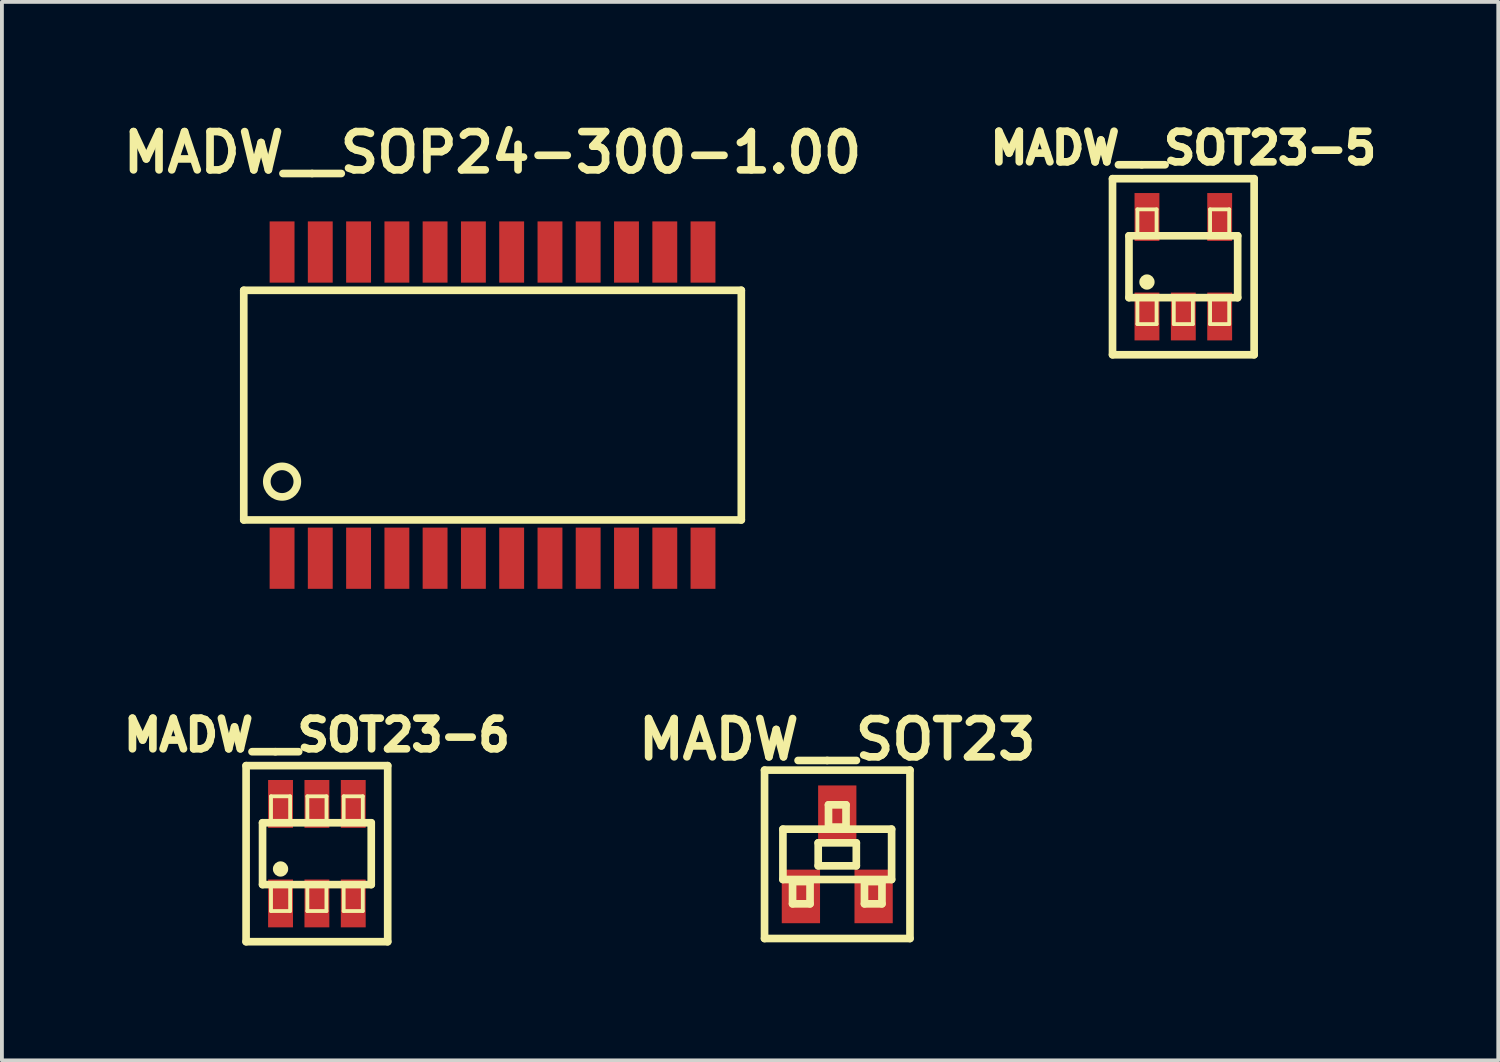
<source format=kicad_pcb>
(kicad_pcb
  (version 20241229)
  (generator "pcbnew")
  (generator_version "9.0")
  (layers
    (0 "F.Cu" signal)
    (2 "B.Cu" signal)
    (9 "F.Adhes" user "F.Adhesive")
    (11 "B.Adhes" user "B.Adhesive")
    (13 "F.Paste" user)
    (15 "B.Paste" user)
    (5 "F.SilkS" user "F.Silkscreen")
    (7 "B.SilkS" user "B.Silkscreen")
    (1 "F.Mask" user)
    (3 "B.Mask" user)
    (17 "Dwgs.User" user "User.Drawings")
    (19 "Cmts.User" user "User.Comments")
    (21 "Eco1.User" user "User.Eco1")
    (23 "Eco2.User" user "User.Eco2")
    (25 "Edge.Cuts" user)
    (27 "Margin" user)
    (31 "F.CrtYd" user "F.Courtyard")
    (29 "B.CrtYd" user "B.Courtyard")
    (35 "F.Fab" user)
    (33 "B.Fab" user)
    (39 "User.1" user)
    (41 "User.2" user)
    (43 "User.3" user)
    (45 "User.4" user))
  (footprint "MADW__SOT23"
    (layer "F.Cu")
    (at 18.826 19.272)
    (property "Reference" "MADW__SOT23" (at 0 -3 0) (layer "F.SilkS") (effects (font (size 1 1) (thickness 0.2))))
    (attr smd)
    (fp_line (start -1.9 -2.2) (end 1.9 -2.2) (stroke (width 0.2) (type solid)) (layer "F.SilkS"))
    (fp_line (start -1.9 2.2) (end -1.9 -2.2) (stroke (width 0.2) (type solid)) (layer "F.SilkS"))
    (fp_line (start -1.42 -0.658) (end 1.42 -0.658) (stroke (width 0.2) (type solid)) (layer "F.SilkS"))
    (fp_line (start -1.42 0.658) (end -1.42 -0.658) (stroke (width 0.2) (type solid)) (layer "F.SilkS"))
    (fp_line (start -1.168 0.711) (end -0.711 0.711) (stroke (width 0.2) (type solid)) (layer "F.SilkS"))
    (fp_line (start -1.168 1.293) (end -1.168 0.711) (stroke (width 0.2) (type solid)) (layer "F.SilkS"))
    (fp_line (start -1.168 1.293) (end -0.711 1.293) (stroke (width 0.2) (type solid)) (layer "F.SilkS"))
    (fp_line (start -0.711 1.293) (end -0.711 0.711) (stroke (width 0.2) (type solid)) (layer "F.SilkS"))
    (fp_line (start -0.498 -0.3) (end 0.498 -0.3) (stroke (width 0.2) (type solid)) (layer "F.SilkS"))
    (fp_line (start -0.498 0.3) (end -0.498 -0.3) (stroke (width 0.2) (type solid)) (layer "F.SilkS"))
    (fp_line (start -0.498 0.3) (end 0.498 0.3) (stroke (width 0.2) (type solid)) (layer "F.SilkS"))
    (fp_line (start -0.229 -1.293) (end 0.229 -1.293) (stroke (width 0.2) (type solid)) (layer "F.SilkS"))
    (fp_line (start -0.229 -0.711) (end -0.229 -1.293) (stroke (width 0.2) (type solid)) (layer "F.SilkS"))
    (fp_line (start -0.229 -0.711) (end 0.229 -0.711) (stroke (width 0.2) (type solid)) (layer "F.SilkS"))
    (fp_line (start 0.229 -0.711) (end 0.229 -1.293) (stroke (width 0.2) (type solid)) (layer "F.SilkS"))
    (fp_line (start 0.498 0.3) (end 0.498 -0.3) (stroke (width 0.2) (type solid)) (layer "F.SilkS"))
    (fp_line (start 0.711 0.711) (end 1.168 0.711) (stroke (width 0.2) (type solid)) (layer "F.SilkS"))
    (fp_line (start 0.711 1.293) (end 0.711 0.711) (stroke (width 0.2) (type solid)) (layer "F.SilkS"))
    (fp_line (start 0.711 1.293) (end 1.168 1.293) (stroke (width 0.2) (type solid)) (layer "F.SilkS"))
    (fp_line (start 1.168 1.293) (end 1.168 0.711) (stroke (width 0.2) (type solid)) (layer "F.SilkS"))
    (fp_line (start 1.42 -0.658) (end 1.42 0.658) (stroke (width 0.2) (type solid)) (layer "F.SilkS"))
    (fp_line (start 1.42 0.658) (end -1.42 0.658) (stroke (width 0.2) (type solid)) (layer "F.SilkS"))
    (fp_line (start 1.9 -2.2) (end 1.9 2.2) (stroke (width 0.2) (type solid)) (layer "F.SilkS"))
    (fp_line (start 1.9 2.2) (end -1.9 2.2) (stroke (width 0.2) (type solid)) (layer "F.SilkS"))
    (pad "1" smd rect (at -0.95 1.1) (size 1 1.4) (layers "F.Cu" "F.Mask" "F.Paste"))
    (pad "2" smd rect (at 0.95 1.1) (size 1 1.4) (layers "F.Cu" "F.Mask" "F.Paste"))
    (pad "3" smd rect (at 0 -1.1) (size 1 1.4) (layers "F.Cu" "F.Mask" "F.Paste")))
  (footprint "MADW__SOP24-300-1.00"
    (layer "F.Cu")
    (at 9.819 7.535)
    (property "Reference" "MADW__SOP24-300-1.00" (at 0 -6.599 0) (layer "F.SilkS") (effects (font (size 1 1) (thickness 0.2))))
    (attr through_hole)
    (fp_line (start -6.5 -3) (end 6.5 -3) (stroke (width 0.2) (type solid)) (layer "F.SilkS"))
    (fp_line (start -6.5 3) (end -6.5 -3) (stroke (width 0.2) (type solid)) (layer "F.SilkS"))
    (fp_line (start 6.5 -3) (end 6.5 3) (stroke (width 0.2) (type solid)) (layer "F.SilkS"))
    (fp_line (start 6.5 3) (end -6.5 3) (stroke (width 0.2) (type solid)) (layer "F.SilkS"))
    (fp_circle (center -5.499 1.999) (end -5.1 1.999) (stroke (width 0.2) (type solid)) (fill no) (layer "F.SilkS"))
    (pad "1" smd rect (at -5.499 4) (size 0.65 1.6) (layers "F.Cu" "F.Mask" "F.Paste"))
    (pad "2" smd rect (at -4.501 4) (size 0.65 1.6) (layers "F.Cu" "F.Mask" "F.Paste"))
    (pad "3" smd rect (at -3.5 4) (size 0.65 1.6) (layers "F.Cu" "F.Mask" "F.Paste"))
    (pad "4" smd rect (at -2.499 4) (size 0.65 1.6) (layers "F.Cu" "F.Mask" "F.Paste"))
    (pad "5" smd rect (at -1.501 4) (size 0.65 1.6) (layers "F.Cu" "F.Mask" "F.Paste"))
    (pad "6" smd rect (at -0.5 4) (size 0.65 1.6) (layers "F.Cu" "F.Mask" "F.Paste"))
    (pad "7" smd rect (at 0.5 4) (size 0.65 1.6) (layers "F.Cu" "F.Mask" "F.Paste"))
    (pad "8" smd rect (at 1.501 4) (size 0.65 1.6) (layers "F.Cu" "F.Mask" "F.Paste"))
    (pad "9" smd rect (at 2.499 4) (size 0.65 1.6) (layers "F.Cu" "F.Mask" "F.Paste"))
    (pad "10" smd rect (at 3.5 4) (size 0.65 1.6) (layers "F.Cu" "F.Mask" "F.Paste"))
    (pad "11" smd rect (at 4.501 4) (size 0.65 1.6) (layers "F.Cu" "F.Mask" "F.Paste"))
    (pad "12" smd rect (at 5.499 4) (size 0.65 1.6) (layers "F.Cu" "F.Mask" "F.Paste"))
    (pad "13" smd rect (at 5.499 -4) (size 0.65 1.6) (layers "F.Cu" "F.Mask" "F.Paste"))
    (pad "14" smd rect (at 4.501 -4) (size 0.65 1.6) (layers "F.Cu" "F.Mask" "F.Paste"))
    (pad "15" smd rect (at 3.5 -4) (size 0.65 1.6) (layers "F.Cu" "F.Mask" "F.Paste"))
    (pad "16" smd rect (at 2.499 -4) (size 0.65 1.6) (layers "F.Cu" "F.Mask" "F.Paste"))
    (pad "17" smd rect (at 1.501 -4) (size 0.65 1.6) (layers "F.Cu" "F.Mask" "F.Paste"))
    (pad "18" smd rect (at 0.5 -4) (size 0.65 1.6) (layers "F.Cu" "F.Mask" "F.Paste"))
    (pad "19" smd rect (at -0.5 -4) (size 0.65 1.6) (layers "F.Cu" "F.Mask" "F.Paste"))
    (pad "20" smd rect (at -1.501 -4) (size 0.65 1.6) (layers "F.Cu" "F.Mask" "F.Paste"))
    (pad "21" smd rect (at -2.499 -4) (size 0.65 1.6) (layers "F.Cu" "F.Mask" "F.Paste"))
    (pad "22" smd rect (at -3.5 -4) (size 0.65 1.6) (layers "F.Cu" "F.Mask" "F.Paste"))
    (pad "23" smd rect (at -4.501 -4) (size 0.65 1.6) (layers "F.Cu" "F.Mask" "F.Paste"))
    (pad "24" smd rect (at -5.499 -4) (size 0.65 1.6) (layers "F.Cu" "F.Mask" "F.Paste")))
  (footprint "MADW__SOT23-6"
    (layer "F.Cu")
    (at 5.23 19.255)
    (property "Reference" "MADW__SOT23-6" (at 0 -3.1 0) (layer "F.SilkS") (effects (font (size 0.8 0.8) (thickness 0.2))))
    (attr smd)
    (fp_line (start -1.85 -2.3) (end -1.85 2.3) (stroke (width 0.2) (type solid)) (layer "F.SilkS"))
    (fp_line (start -1.85 -2.3) (end 1.85 -2.3) (stroke (width 0.2) (type solid)) (layer "F.SilkS"))
    (fp_line (start -1.85 2.3) (end 1.85 2.3) (stroke (width 0.2) (type solid)) (layer "F.SilkS"))
    (fp_line (start -1.42 -0.808) (end 1.42 -0.808) (stroke (width 0.2) (type solid)) (layer "F.SilkS"))
    (fp_line (start -1.42 0.808) (end -1.42 -0.808) (stroke (width 0.2) (type solid)) (layer "F.SilkS"))
    (fp_line (start -1.42 0.808) (end 1.42 0.808) (stroke (width 0.2) (type solid)) (layer "F.SilkS"))
    (fp_line (start -1.199 -1.499) (end -0.699 -1.499) (stroke (width 0.1) (type solid)) (layer "F.SilkS"))
    (fp_line (start -1.199 -0.848) (end -1.199 -1.499) (stroke (width 0.1) (type solid)) (layer "F.SilkS"))
    (fp_line (start -1.199 1.499) (end -1.199 0.848) (stroke (width 0.1) (type solid)) (layer "F.SilkS"))
    (fp_line (start -1.199 1.499) (end -0.699 1.499) (stroke (width 0.1) (type solid)) (layer "F.SilkS"))
    (fp_line (start -0.699 -0.848) (end -0.699 -1.499) (stroke (width 0.1) (type solid)) (layer "F.SilkS"))
    (fp_line (start -0.699 1.499) (end -0.699 0.848) (stroke (width 0.1) (type solid)) (layer "F.SilkS"))
    (fp_line (start -0.249 -1.499) (end 0.251 -1.499) (stroke (width 0.1) (type solid)) (layer "F.SilkS"))
    (fp_line (start -0.249 -0.848) (end -0.249 -1.499) (stroke (width 0.1) (type solid)) (layer "F.SilkS"))
    (fp_line (start -0.249 1.499) (end -0.249 0.848) (stroke (width 0.1) (type solid)) (layer "F.SilkS"))
    (fp_line (start -0.249 1.499) (end 0.249 1.499) (stroke (width 0.1) (type solid)) (layer "F.SilkS"))
    (fp_line (start 0.249 1.499) (end 0.249 0.848) (stroke (width 0.1) (type solid)) (layer "F.SilkS"))
    (fp_line (start 0.251 -0.848) (end 0.251 -1.499) (stroke (width 0.1) (type solid)) (layer "F.SilkS"))
    (fp_line (start 0.699 -1.499) (end 1.199 -1.499) (stroke (width 0.1) (type solid)) (layer "F.SilkS"))
    (fp_line (start 0.699 -0.848) (end 0.699 -1.499) (stroke (width 0.1) (type solid)) (layer "F.SilkS"))
    (fp_line (start 0.699 1.499) (end 0.699 0.848) (stroke (width 0.1) (type solid)) (layer "F.SilkS"))
    (fp_line (start 0.699 1.499) (end 1.199 1.499) (stroke (width 0.1) (type solid)) (layer "F.SilkS"))
    (fp_line (start 1.199 -0.848) (end 1.199 -1.499) (stroke (width 0.1) (type solid)) (layer "F.SilkS"))
    (fp_line (start 1.199 1.499) (end 1.199 0.848) (stroke (width 0.1) (type solid)) (layer "F.SilkS"))
    (fp_line (start 1.42 -0.808) (end 1.42 0.808) (stroke (width 0.2) (type solid)) (layer "F.SilkS"))
    (fp_line (start 1.85 -2.3) (end 1.85 2.3) (stroke (width 0.2) (type solid)) (layer "F.SilkS"))
    (fp_circle (center -0.95 0.4) (end -0.85 0.4) (stroke (width 0.2) (type solid)) (fill no) (layer "F.SilkS"))
    (pad "1" smd rect (at -0.95 1.3) (size 0.65 1.25) (layers "F.Cu" "F.Mask" "F.Paste"))
    (pad "2" smd rect (at 0 1.3) (size 0.65 1.25) (layers "F.Cu" "F.Mask" "F.Paste"))
    (pad "3" smd rect (at 0.95 1.3) (size 0.65 1.25) (layers "F.Cu" "F.Mask" "F.Paste"))
    (pad "4" smd rect (at 0.95 -1.3) (size 0.65 1.25) (layers "F.Cu" "F.Mask" "F.Paste"))
    (pad "5" smd rect (at 0 -1.3) (size 0.65 1.25) (layers "F.Cu" "F.Mask" "F.Paste"))
    (pad "6" smd rect (at -0.95 -1.3) (size 0.65 1.25) (layers "F.Cu" "F.Mask" "F.Paste")))
  (footprint "MADW__SOT23-5"
    (layer "F.Cu")
    (at 27.868 3.919)
    (property "Reference" "MADW__SOT23-5" (at 0 -3.1 0) (layer "F.SilkS") (effects (font (size 0.8 0.8) (thickness 0.2))))
    (attr smd)
    (fp_line (start -1.85 -2.3) (end -1.85 2.3) (stroke (width 0.2) (type solid)) (layer "F.SilkS"))
    (fp_line (start -1.85 -2.3) (end 1.85 -2.3) (stroke (width 0.2) (type solid)) (layer "F.SilkS"))
    (fp_line (start -1.85 2.3) (end 1.85 2.3) (stroke (width 0.2) (type solid)) (layer "F.SilkS"))
    (fp_line (start -1.42 -0.808) (end 1.42 -0.808) (stroke (width 0.2) (type solid)) (layer "F.SilkS"))
    (fp_line (start -1.42 0.808) (end -1.42 -0.808) (stroke (width 0.2) (type solid)) (layer "F.SilkS"))
    (fp_line (start -1.42 0.808) (end 1.42 0.808) (stroke (width 0.2) (type solid)) (layer "F.SilkS"))
    (fp_line (start -1.199 -1.499) (end -0.699 -1.499) (stroke (width 0.1) (type solid)) (layer "F.SilkS"))
    (fp_line (start -1.199 -0.848) (end -1.199 -1.499) (stroke (width 0.1) (type solid)) (layer "F.SilkS"))
    (fp_line (start -1.199 1.499) (end -1.199 0.848) (stroke (width 0.1) (type solid)) (layer "F.SilkS"))
    (fp_line (start -1.199 1.499) (end -0.699 1.499) (stroke (width 0.1) (type solid)) (layer "F.SilkS"))
    (fp_line (start -0.699 -0.848) (end -0.699 -1.499) (stroke (width 0.1) (type solid)) (layer "F.SilkS"))
    (fp_line (start -0.699 1.499) (end -0.699 0.848) (stroke (width 0.1) (type solid)) (layer "F.SilkS"))
    (fp_line (start -0.249 1.499) (end -0.249 0.848) (stroke (width 0.1) (type solid)) (layer "F.SilkS"))
    (fp_line (start -0.249 1.499) (end 0.249 1.499) (stroke (width 0.1) (type solid)) (layer "F.SilkS"))
    (fp_line (start 0.249 1.499) (end 0.249 0.848) (stroke (width 0.1) (type solid)) (layer "F.SilkS"))
    (fp_line (start 0.699 -1.499) (end 1.199 -1.499) (stroke (width 0.1) (type solid)) (layer "F.SilkS"))
    (fp_line (start 0.699 -0.848) (end 0.699 -1.499) (stroke (width 0.1) (type solid)) (layer "F.SilkS"))
    (fp_line (start 0.699 1.499) (end 0.699 0.848) (stroke (width 0.1) (type solid)) (layer "F.SilkS"))
    (fp_line (start 0.699 1.499) (end 1.199 1.499) (stroke (width 0.1) (type solid)) (layer "F.SilkS"))
    (fp_line (start 1.199 -0.848) (end 1.199 -1.499) (stroke (width 0.1) (type solid)) (layer "F.SilkS"))
    (fp_line (start 1.199 1.499) (end 1.199 0.848) (stroke (width 0.1) (type solid)) (layer "F.SilkS"))
    (fp_line (start 1.42 -0.808) (end 1.42 0.808) (stroke (width 0.2) (type solid)) (layer "F.SilkS"))
    (fp_line (start 1.85 -2.3) (end 1.85 2.3) (stroke (width 0.2) (type solid)) (layer "F.SilkS"))
    (fp_circle (center -0.95 0.4) (end -0.85 0.4) (stroke (width 0.2) (type solid)) (fill no) (layer "F.SilkS"))
    (pad "1" smd rect (at -0.95 1.3) (size 0.65 1.25) (layers "F.Cu" "F.Mask" "F.Paste"))
    (pad "2" smd rect (at 0 1.3) (size 0.65 1.25) (layers "F.Cu" "F.Mask" "F.Paste"))
    (pad "3" smd rect (at 0.95 1.3) (size 0.65 1.25) (layers "F.Cu" "F.Mask" "F.Paste"))
    (pad "4" smd rect (at 0.95 -1.3) (size 0.65 1.25) (layers "F.Cu" "F.Mask" "F.Paste"))
    (pad "5" smd rect (at -0.95 -1.3) (size 0.65 1.25) (layers "F.Cu" "F.Mask" "F.Paste")))
  (gr_rect
    (start -3 -3)
    (end 36.097 24.655)
    (stroke (width 0.1) (type default))
    (fill no)
    (layer "Edge.Cuts")))
</source>
